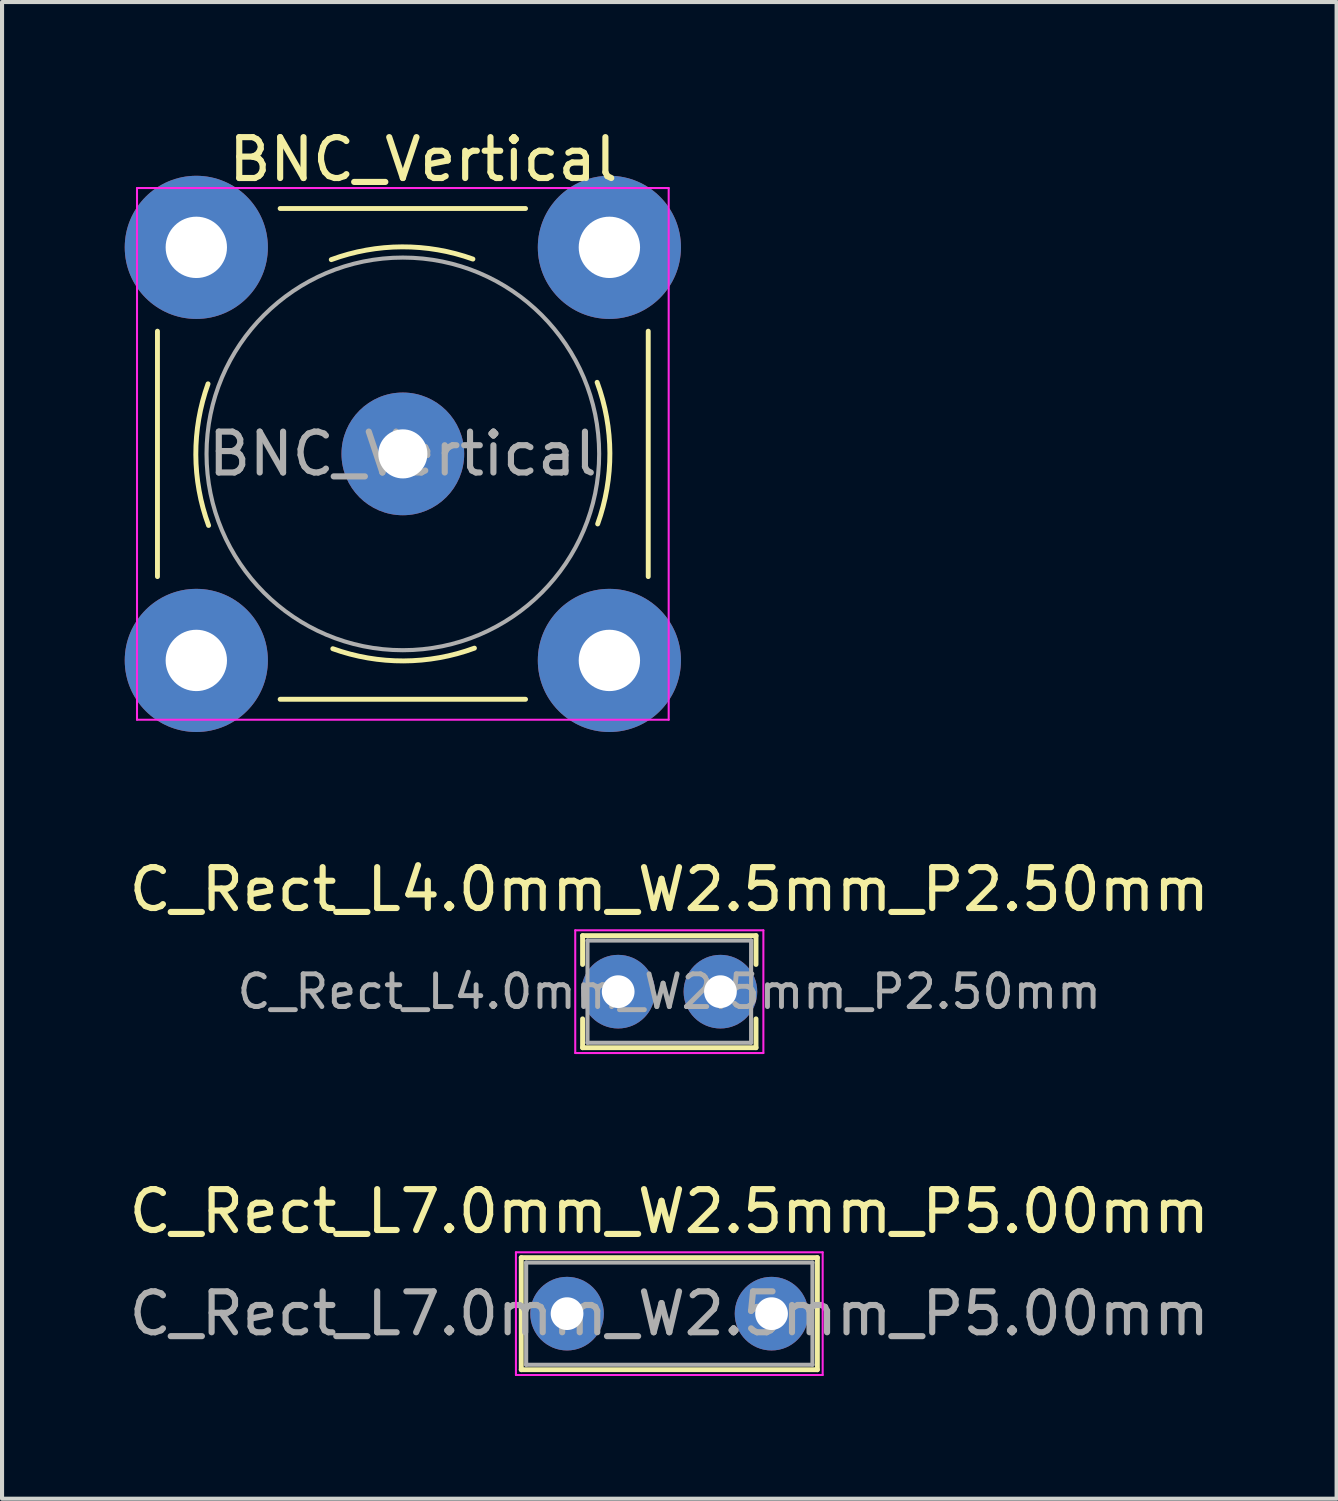
<source format=kicad_pcb>
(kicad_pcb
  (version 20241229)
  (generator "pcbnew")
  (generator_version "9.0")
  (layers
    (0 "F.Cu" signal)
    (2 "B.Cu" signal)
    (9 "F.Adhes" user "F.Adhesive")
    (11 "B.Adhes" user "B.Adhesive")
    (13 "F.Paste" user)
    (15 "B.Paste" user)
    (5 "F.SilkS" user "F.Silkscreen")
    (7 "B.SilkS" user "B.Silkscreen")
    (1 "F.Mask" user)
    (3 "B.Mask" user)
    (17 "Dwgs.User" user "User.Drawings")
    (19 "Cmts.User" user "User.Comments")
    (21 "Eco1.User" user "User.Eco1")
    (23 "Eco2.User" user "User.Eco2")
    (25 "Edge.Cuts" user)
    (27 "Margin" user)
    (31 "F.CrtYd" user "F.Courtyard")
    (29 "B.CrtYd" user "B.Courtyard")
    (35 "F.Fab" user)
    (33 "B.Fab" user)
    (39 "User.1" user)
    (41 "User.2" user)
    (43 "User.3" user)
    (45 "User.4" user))
  (footprint "C_Rect_L4.0mm_W2.5mm_P2.50mm"
    (layer "F.Cu")
    (at 12.065 21.197)
    (property "Reference" "C_Rect_L4.0mm_W2.5mm_P2.50mm" (at 1.25 -2.5 0) (layer "F.SilkS") (effects (font (size 1 1) (thickness 0.15))))
    (attr through_hole)
    (fp_line (start -0.87 -1.37) (end -0.87 -0.665) (stroke (width 0.12) (type solid)) (layer "F.SilkS"))
    (fp_line (start -0.87 -1.37) (end 3.37 -1.37) (stroke (width 0.12) (type solid)) (layer "F.SilkS"))
    (fp_line (start -0.87 0.665) (end -0.87 1.37) (stroke (width 0.12) (type solid)) (layer "F.SilkS"))
    (fp_line (start -0.87 1.37) (end 3.37 1.37) (stroke (width 0.12) (type solid)) (layer "F.SilkS"))
    (fp_line (start 3.37 -1.37) (end 3.37 -0.665) (stroke (width 0.12) (type solid)) (layer "F.SilkS"))
    (fp_line (start 3.37 0.665) (end 3.37 1.37) (stroke (width 0.12) (type solid)) (layer "F.SilkS"))
    (fp_line (start -1.05 -1.5) (end -1.05 1.5) (stroke (width 0.05) (type solid)) (layer "F.CrtYd"))
    (fp_line (start -1.05 1.5) (end 3.55 1.5) (stroke (width 0.05) (type solid)) (layer "F.CrtYd"))
    (fp_line (start 3.55 -1.5) (end -1.05 -1.5) (stroke (width 0.05) (type solid)) (layer "F.CrtYd"))
    (fp_line (start 3.55 1.5) (end 3.55 -1.5) (stroke (width 0.05) (type solid)) (layer "F.CrtYd"))
    (fp_line (start -0.75 -1.25) (end -0.75 1.25) (stroke (width 0.1) (type solid)) (layer "F.Fab"))
    (fp_line (start -0.75 1.25) (end 3.25 1.25) (stroke (width 0.1) (type solid)) (layer "F.Fab"))
    (fp_line (start 3.25 -1.25) (end -0.75 -1.25) (stroke (width 0.1) (type solid)) (layer "F.Fab"))
    (fp_line (start 3.25 1.25) (end 3.25 -1.25) (stroke (width 0.1) (type solid)) (layer "F.Fab"))
    (fp_text user "${REFERENCE}" (at 1.25 0 0) (layer "F.Fab") (effects (font (size 0.8 0.8) (thickness 0.12))))
    (pad "1" thru_hole circle (at 0 0) (size 1.8 1.8) (drill 0.8) (layers "*.Cu" "*.Mask"))
    (pad "2" thru_hole circle (at 2.5 0) (size 1.8 1.8) (drill 0.8) (layers "*.Cu" "*.Mask")))
  (footprint "BNC_Vertical"
    (layer "F.Cu")
    (at 6.8 8.048)
    (property "Reference" "BNC_Vertical" (at 0.5 -7.2 0) (layer "F.SilkS") (effects (font (size 1 1) (thickness 0.15))))
    (attr through_hole)
    (fp_line (start -6 3) (end -6 -3) (stroke (width 0.12) (type solid)) (layer "F.SilkS"))
    (fp_line (start -3 -6) (end 3 -6) (stroke (width 0.12) (type solid)) (layer "F.SilkS"))
    (fp_line (start 3 6) (end -3 6) (stroke (width 0.12) (type solid)) (layer "F.SilkS"))
    (fp_line (start 6 -3) (end 6 3) (stroke (width 0.12) (type solid)) (layer "F.SilkS"))
    (fp_arc (start -4.75 1.75) (mid -5.062075 0.019867) (end -4.763589 -1.712663) (stroke (width 0.12) (type solid)) (layer "F.SilkS"))
    (fp_arc (start -1.75 -4.75) (mid -0.019867 -5.062075) (end 1.712663 -4.763589) (stroke (width 0.12) (type solid)) (layer "F.SilkS"))
    (fp_arc (start 1.75 4.75) (mid 0.019867 5.062075) (end -1.712663 4.763589) (stroke (width 0.12) (type solid)) (layer "F.SilkS"))
    (fp_arc (start 4.75 -1.75) (mid 5.062075 -0.019867) (end 4.763589 1.712663) (stroke (width 0.12) (type solid)) (layer "F.SilkS"))
    (fp_line (start -6.5 -6.5) (end 6.5 -6.5) (stroke (width 0.05) (type solid)) (layer "F.CrtYd"))
    (fp_line (start -6.5 6.5) (end -6.5 -6.5) (stroke (width 0.05) (type solid)) (layer "F.CrtYd"))
    (fp_line (start 6.5 -6.5) (end 6.5 6.5) (stroke (width 0.05) (type solid)) (layer "F.CrtYd"))
    (fp_line (start 6.5 6.5) (end -6.5 6.5) (stroke (width 0.05) (type solid)) (layer "F.CrtYd"))
    (fp_circle (center 0 0) (end 4.8 0) (stroke (width 0.1) (type solid)) (fill no) (layer "F.Fab"))
    (fp_text user "${REFERENCE}" (at 0 0 0) (layer "F.Fab") (effects (font (size 1 1) (thickness 0.15))))
    (pad "1" thru_hole circle (at 0 0) (size 3 3) (drill 1.2) (layers "*.Cu" "*.Mask"))
    (pad "2" thru_hole circle (at -5.05 -5.05) (size 3.5 3.5) (drill 1.5) (layers "*.Cu" "*.Mask"))
    (pad "2" thru_hole circle (at -5.05 5.05) (size 3.5 3.5) (drill 1.5) (layers "*.Cu" "*.Mask"))
    (pad "2" thru_hole circle (at 5.05 -5.05) (size 3.5 3.5) (drill 1.5) (layers "*.Cu" "*.Mask"))
    (pad "2" thru_hole circle (at 5.05 5.05) (size 3.5 3.5) (drill 1.5) (layers "*.Cu" "*.Mask")))
  (footprint "C_Rect_L7.0mm_W2.5mm_P5.00mm"
    (layer "F.Cu")
    (at 10.815 29.07)
    (property "Reference" "C_Rect_L7.0mm_W2.5mm_P5.00mm" (at 2.5 -2.5 0) (layer "F.SilkS") (effects (font (size 1 1) (thickness 0.15))))
    (attr through_hole)
    (fp_line (start -1.12 -1.37) (end -1.12 1.37) (stroke (width 0.12) (type solid)) (layer "F.SilkS"))
    (fp_line (start -1.12 -1.37) (end 6.12 -1.37) (stroke (width 0.12) (type solid)) (layer "F.SilkS"))
    (fp_line (start -1.12 1.37) (end 6.12 1.37) (stroke (width 0.12) (type solid)) (layer "F.SilkS"))
    (fp_line (start 6.12 -1.37) (end 6.12 1.37) (stroke (width 0.12) (type solid)) (layer "F.SilkS"))
    (fp_line (start -1.25 -1.5) (end -1.25 1.5) (stroke (width 0.05) (type solid)) (layer "F.CrtYd"))
    (fp_line (start -1.25 1.5) (end 6.25 1.5) (stroke (width 0.05) (type solid)) (layer "F.CrtYd"))
    (fp_line (start 6.25 -1.5) (end -1.25 -1.5) (stroke (width 0.05) (type solid)) (layer "F.CrtYd"))
    (fp_line (start 6.25 1.5) (end 6.25 -1.5) (stroke (width 0.05) (type solid)) (layer "F.CrtYd"))
    (fp_line (start -1 -1.25) (end -1 1.25) (stroke (width 0.1) (type solid)) (layer "F.Fab"))
    (fp_line (start -1 1.25) (end 6 1.25) (stroke (width 0.1) (type solid)) (layer "F.Fab"))
    (fp_line (start 6 -1.25) (end -1 -1.25) (stroke (width 0.1) (type solid)) (layer "F.Fab"))
    (fp_line (start 6 1.25) (end 6 -1.25) (stroke (width 0.1) (type solid)) (layer "F.Fab"))
    (fp_text user "${REFERENCE}" (at 2.5 0 0) (layer "F.Fab") (effects (font (size 1 1) (thickness 0.15))))
    (pad "1" thru_hole circle (at 0 0) (size 1.8 1.8) (drill 0.8) (layers "*.Cu" "*.Mask"))
    (pad "2" thru_hole circle (at 5 0) (size 1.8 1.8) (drill 0.8) (layers "*.Cu" "*.Mask")))
  (gr_rect
    (start -3 -3)
    (end 29.631 33.595)
    (stroke (width 0.1) (type default))
    (fill no)
    (layer "Edge.Cuts")))
</source>
